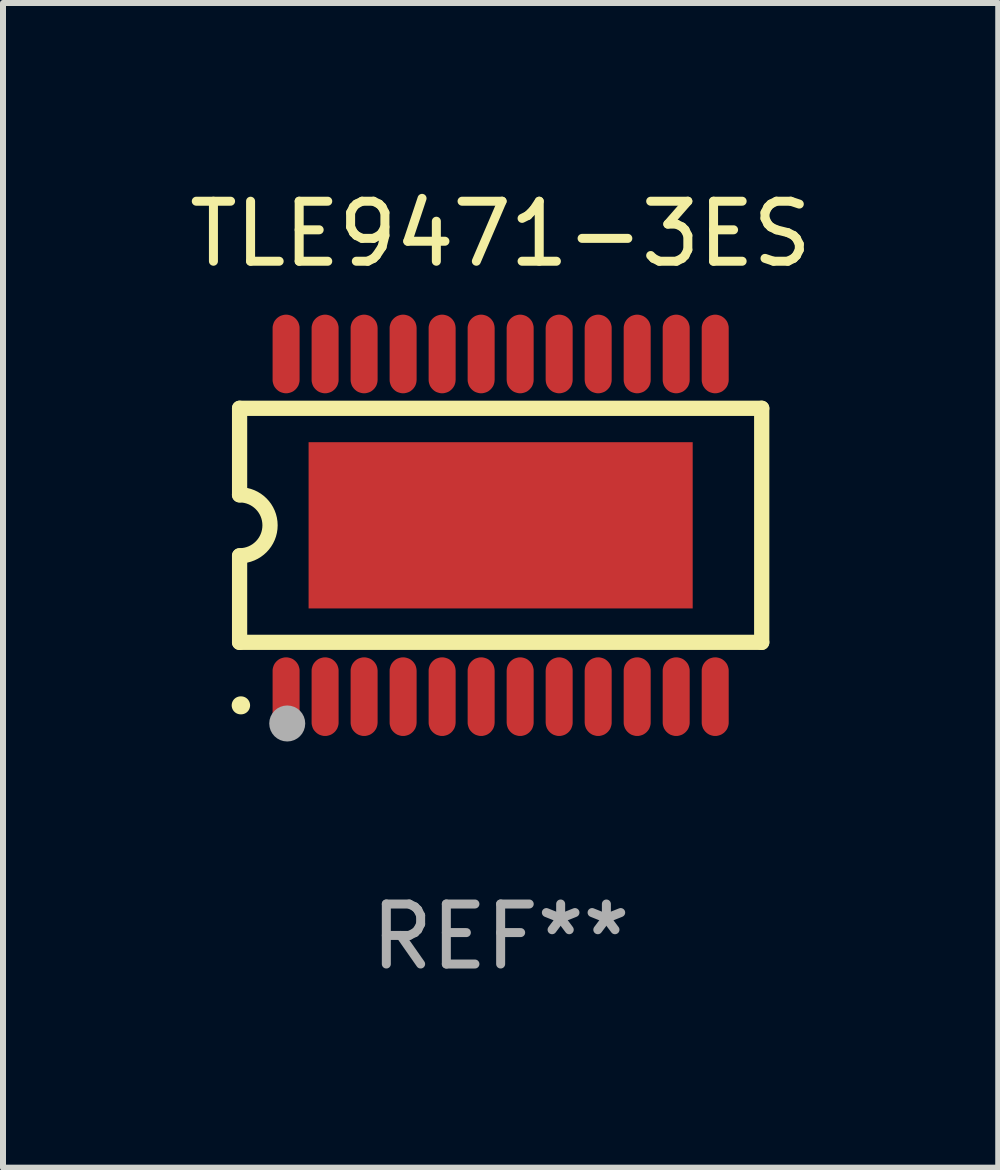
<source format=kicad_pcb>
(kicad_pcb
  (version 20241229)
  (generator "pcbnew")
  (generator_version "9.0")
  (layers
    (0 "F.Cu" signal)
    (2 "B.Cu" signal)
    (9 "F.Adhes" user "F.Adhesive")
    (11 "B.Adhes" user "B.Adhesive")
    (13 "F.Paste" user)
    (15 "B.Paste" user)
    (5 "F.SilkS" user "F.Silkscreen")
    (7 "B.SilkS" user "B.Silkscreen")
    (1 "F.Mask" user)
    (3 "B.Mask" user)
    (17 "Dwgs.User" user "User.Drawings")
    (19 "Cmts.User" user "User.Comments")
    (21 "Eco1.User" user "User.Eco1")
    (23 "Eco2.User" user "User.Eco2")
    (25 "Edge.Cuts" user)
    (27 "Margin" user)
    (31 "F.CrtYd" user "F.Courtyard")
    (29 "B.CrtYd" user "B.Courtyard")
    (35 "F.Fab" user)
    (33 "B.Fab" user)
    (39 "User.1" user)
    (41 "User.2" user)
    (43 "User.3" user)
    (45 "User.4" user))
  (footprint "TLE9471-3ES"
    (layer "F.Cu")
    (at 5.292 5.703)
    (property "Reference" "TLE9471-3ES" (at 0 -4.855 0) (layer "F.SilkS") (effects (font (size 1 1) (thickness 0.15))))
    (attr through_hole)
    (fp_line (start -4.35 -1.95) (end -4.35 -0.508) (stroke (width 0.254) (type solid)) (layer "F.SilkS"))
    (fp_line (start -4.35 -1.95) (end 4.35 -1.95) (stroke (width 0.254) (type solid)) (layer "F.SilkS"))
    (fp_line (start -4.35 1.95) (end -4.35 0.508) (stroke (width 0.254) (type solid)) (layer "F.SilkS"))
    (fp_line (start -4.35 1.95) (end 4.35 1.95) (stroke (width 0.254) (type solid)) (layer "F.SilkS"))
    (fp_line (start 4.35 -1.95) (end 4.35 1.95) (stroke (width 0.254) (type solid)) (layer "F.SilkS"))
    (fp_arc (start -4.351028 -0.508) (mid -3.843028 -0.000507) (end -4.350013 0.508001) (stroke (width 0.254001) (type solid)) (layer "F.SilkS"))
    (fp_arc (start -4.331656 2.999858) (mid -4.328332 2.999895) (end -4.325009 3.000005) (stroke (width 0.3) (type solid)) (layer "F.SilkS"))
    (fp_circle (center -4.325 3) (end -4.295 3) (stroke (width 0.06) (type solid)) (fill no) (layer "F.SilkS"))
    (fp_circle (center -3.556 3.302) (end -3.406 3.302) (stroke (width 0.3) (type solid)) (fill no) (layer "F.Fab"))
    (fp_text user "REF**" (at 0 6.855 0) (layer "F.Fab") (effects (font (size 1 1) (thickness 0.15))))
    (pad "1" smd custom (at -3.575 2.855 180) (size 0.45 1.31) (layers "F.Cu" "F.Mask" "F.Paste") (options (anchor circle)) (primitives (gr_poly (pts (xy -0.225 -0.43) (xy -0.224 -0.455) (xy -0.219 -0.48) (xy -0.212 -0.504) (xy -0.203 -0.528) (xy -0.19 -0.55) (xy -0.176 -0.57) (xy -0.159 -0.589) (xy -0.14 -0.606) (xy -0.12 -0.62) (xy -0.098 -0.633) (xy -0.074 -0.642) (xy -0.05 -0.649) (xy -0.025 -0.654) (xy 0.000051 -0.655) (xy 0.025 -0.654) (xy 0.05 -0.649) (xy 0.074 -0.642) (xy 0.098 -0.633) (xy 0.12 -0.62) (xy 0.14 -0.606) (xy 0.159 -0.589) (xy 0.176 -0.57) (xy 0.191 -0.55) (xy 0.203 -0.528) (xy 0.212 -0.504) (xy 0.219 -0.48) (xy 0.224 -0.455) (xy 0.225 -0.43) (xy 0.225 0.43) (xy 0.224 0.455) (xy 0.219 0.48) (xy 0.212 0.504) (xy 0.203 0.528) (xy 0.191 0.55) (xy 0.176 0.57) (xy 0.159 0.589) (xy 0.14 0.606) (xy 0.12 0.621) (xy 0.098 0.633) (xy 0.074 0.642) (xy 0.05 0.649) (xy 0.025 0.654) (xy 0.000051 0.655) (xy -0.025 0.654) (xy -0.05 0.649) (xy -0.074 0.642) (xy -0.098 0.633) (xy -0.12 0.621) (xy -0.14 0.606) (xy -0.159 0.589) (xy -0.176 0.57) (xy -0.19 0.55) (xy -0.203 0.528) (xy -0.212 0.504) (xy -0.219 0.48) (xy -0.224 0.455) (xy -0.225 0.43)) (width 0) (fill yes))))
    (pad "2" smd custom (at -2.925 2.855 180) (size 0.45 1.31) (layers "F.Cu" "F.Mask" "F.Paste") (options (anchor circle)) (primitives (gr_poly (pts (xy -0.225 -0.43) (xy -0.224 -0.455) (xy -0.219 -0.48) (xy -0.212 -0.504) (xy -0.203 -0.528) (xy -0.19 -0.55) (xy -0.176 -0.57) (xy -0.159 -0.589) (xy -0.14 -0.606) (xy -0.12 -0.62) (xy -0.098 -0.633) (xy -0.074 -0.642) (xy -0.05 -0.649) (xy -0.025 -0.654) (xy 0.000076 -0.655) (xy 0.025 -0.654) (xy 0.05 -0.649) (xy 0.074 -0.642) (xy 0.098 -0.633) (xy 0.12 -0.62) (xy 0.14 -0.606) (xy 0.159 -0.589) (xy 0.176 -0.57) (xy 0.191 -0.55) (xy 0.203 -0.528) (xy 0.212 -0.504) (xy 0.219 -0.48) (xy 0.224 -0.455) (xy 0.225 -0.43) (xy 0.225 0.43) (xy 0.224 0.455) (xy 0.219 0.48) (xy 0.212 0.504) (xy 0.203 0.528) (xy 0.191 0.55) (xy 0.176 0.57) (xy 0.159 0.589) (xy 0.14 0.606) (xy 0.12 0.621) (xy 0.098 0.633) (xy 0.074 0.642) (xy 0.05 0.649) (xy 0.025 0.654) (xy 0.000076 0.655) (xy -0.025 0.654) (xy -0.05 0.649) (xy -0.074 0.642) (xy -0.098 0.633) (xy -0.12 0.621) (xy -0.14 0.606) (xy -0.159 0.589) (xy -0.176 0.57) (xy -0.19 0.55) (xy -0.203 0.528) (xy -0.212 0.504) (xy -0.219 0.48) (xy -0.224 0.455) (xy -0.225 0.43)) (width 0) (fill yes))))
    (pad "3" smd custom (at -2.275 2.855 180) (size 0.45 1.31) (layers "F.Cu" "F.Mask" "F.Paste") (options (anchor circle)) (primitives (gr_poly (pts (xy -0.225 -0.43) (xy -0.223 -0.455) (xy -0.219 -0.48) (xy -0.212 -0.504) (xy -0.203 -0.528) (xy -0.19 -0.55) (xy -0.176 -0.57) (xy -0.159 -0.589) (xy -0.14 -0.606) (xy -0.12 -0.62) (xy -0.098 -0.633) (xy -0.074 -0.642) (xy -0.05 -0.649) (xy -0.025 -0.654) (xy 0.000076 -0.655) (xy 0.025 -0.654) (xy 0.05 -0.649) (xy 0.074 -0.642) (xy 0.098 -0.633) (xy 0.12 -0.62) (xy 0.14 -0.606) (xy 0.159 -0.589) (xy 0.176 -0.57) (xy 0.191 -0.55) (xy 0.203 -0.528) (xy 0.212 -0.504) (xy 0.219 -0.48) (xy 0.224 -0.455) (xy 0.225 -0.43) (xy 0.225 0.43) (xy 0.224 0.455) (xy 0.219 0.48) (xy 0.212 0.504) (xy 0.203 0.528) (xy 0.191 0.55) (xy 0.176 0.57) (xy 0.159 0.589) (xy 0.14 0.606) (xy 0.12 0.621) (xy 0.098 0.633) (xy 0.074 0.642) (xy 0.05 0.649) (xy 0.025 0.654) (xy 0.000076 0.655) (xy -0.025 0.654) (xy -0.05 0.649) (xy -0.074 0.642) (xy -0.098 0.633) (xy -0.12 0.621) (xy -0.14 0.606) (xy -0.159 0.589) (xy -0.176 0.57) (xy -0.19 0.55) (xy -0.203 0.528) (xy -0.212 0.504) (xy -0.219 0.48) (xy -0.223 0.455) (xy -0.225 0.43)) (width 0) (fill yes))))
    (pad "4" smd custom (at -1.625 2.855 180) (size 0.45 1.31) (layers "F.Cu" "F.Mask" "F.Paste") (options (anchor circle)) (primitives (gr_poly (pts (xy -0.225 -0.43) (xy -0.223 -0.455) (xy -0.219 -0.48) (xy -0.212 -0.504) (xy -0.203 -0.528) (xy -0.19 -0.55) (xy -0.176 -0.57) (xy -0.159 -0.589) (xy -0.14 -0.606) (xy -0.12 -0.62) (xy -0.098 -0.633) (xy -0.074 -0.642) (xy -0.05 -0.649) (xy -0.025 -0.654) (xy 0.000102 -0.655) (xy 0.025 -0.654) (xy 0.05 -0.649) (xy 0.074 -0.642) (xy 0.098 -0.633) (xy 0.12 -0.62) (xy 0.14 -0.606) (xy 0.159 -0.589) (xy 0.176 -0.57) (xy 0.191 -0.55) (xy 0.203 -0.528) (xy 0.212 -0.504) (xy 0.219 -0.48) (xy 0.224 -0.455) (xy 0.225 -0.43) (xy 0.225 0.43) (xy 0.224 0.455) (xy 0.219 0.48) (xy 0.212 0.504) (xy 0.203 0.528) (xy 0.191 0.55) (xy 0.176 0.57) (xy 0.159 0.589) (xy 0.14 0.606) (xy 0.12 0.621) (xy 0.098 0.633) (xy 0.074 0.642) (xy 0.05 0.649) (xy 0.025 0.654) (xy 0.000102 0.655) (xy -0.025 0.654) (xy -0.05 0.649) (xy -0.074 0.642) (xy -0.098 0.633) (xy -0.12 0.621) (xy -0.14 0.606) (xy -0.159 0.589) (xy -0.176 0.57) (xy -0.19 0.55) (xy -0.203 0.528) (xy -0.212 0.504) (xy -0.219 0.48) (xy -0.223 0.455) (xy -0.225 0.43)) (width 0) (fill yes))))
    (pad "5" smd custom (at -0.975 2.855 180) (size 0.45 1.31) (layers "F.Cu" "F.Mask" "F.Paste") (options (anchor circle)) (primitives (gr_poly (pts (xy -0.225 -0.43) (xy -0.223 -0.455) (xy -0.219 -0.48) (xy -0.212 -0.504) (xy -0.203 -0.528) (xy -0.19 -0.55) (xy -0.176 -0.57) (xy -0.159 -0.589) (xy -0.14 -0.606) (xy -0.12 -0.62) (xy -0.098 -0.633) (xy -0.074 -0.642) (xy -0.05 -0.649) (xy -0.025 -0.654) (xy 0.000102 -0.655) (xy 0.025 -0.654) (xy 0.05 -0.649) (xy 0.074 -0.642) (xy 0.098 -0.633) (xy 0.12 -0.62) (xy 0.14 -0.606) (xy 0.159 -0.589) (xy 0.176 -0.57) (xy 0.191 -0.55) (xy 0.203 -0.528) (xy 0.212 -0.504) (xy 0.219 -0.48) (xy 0.224 -0.455) (xy 0.225 -0.43) (xy 0.225 0.43) (xy 0.224 0.455) (xy 0.219 0.48) (xy 0.212 0.504) (xy 0.203 0.528) (xy 0.191 0.55) (xy 0.176 0.57) (xy 0.159 0.589) (xy 0.14 0.606) (xy 0.12 0.621) (xy 0.098 0.633) (xy 0.074 0.642) (xy 0.05 0.649) (xy 0.025 0.654) (xy 0.000102 0.655) (xy -0.025 0.654) (xy -0.05 0.649) (xy -0.074 0.642) (xy -0.098 0.633) (xy -0.12 0.621) (xy -0.14 0.606) (xy -0.159 0.589) (xy -0.176 0.57) (xy -0.19 0.55) (xy -0.203 0.528) (xy -0.212 0.504) (xy -0.219 0.48) (xy -0.223 0.455) (xy -0.225 0.43)) (width 0) (fill yes))))
    (pad "6" smd custom (at -0.325 2.855 180) (size 0.45 1.31) (layers "F.Cu" "F.Mask" "F.Paste") (options (anchor circle)) (primitives (gr_poly (pts (xy -0.225 -0.43) (xy -0.223 -0.455) (xy -0.219 -0.48) (xy -0.212 -0.504) (xy -0.203 -0.528) (xy -0.19 -0.55) (xy -0.176 -0.57) (xy -0.159 -0.589) (xy -0.14 -0.606) (xy -0.12 -0.62) (xy -0.098 -0.633) (xy -0.074 -0.642) (xy -0.05 -0.649) (xy -0.025 -0.654) (xy 0.000127 -0.655) (xy 0.025 -0.654) (xy 0.05 -0.649) (xy 0.074 -0.642) (xy 0.098 -0.633) (xy 0.12 -0.62) (xy 0.14 -0.606) (xy 0.159 -0.589) (xy 0.176 -0.57) (xy 0.191 -0.55) (xy 0.203 -0.528) (xy 0.212 -0.504) (xy 0.219 -0.48) (xy 0.224 -0.455) (xy 0.225 -0.43) (xy 0.225 0.43) (xy 0.224 0.455) (xy 0.219 0.48) (xy 0.212 0.504) (xy 0.203 0.528) (xy 0.191 0.55) (xy 0.176 0.57) (xy 0.159 0.589) (xy 0.14 0.606) (xy 0.12 0.621) (xy 0.098 0.633) (xy 0.074 0.642) (xy 0.05 0.649) (xy 0.025 0.654) (xy 0.000127 0.655) (xy -0.025 0.654) (xy -0.05 0.649) (xy -0.074 0.642) (xy -0.098 0.633) (xy -0.12 0.621) (xy -0.14 0.606) (xy -0.159 0.589) (xy -0.176 0.57) (xy -0.19 0.55) (xy -0.203 0.528) (xy -0.212 0.504) (xy -0.219 0.48) (xy -0.223 0.455) (xy -0.225 0.43)) (width 0) (fill yes))))
    (pad "7" smd custom (at 0.325 2.855 180) (size 0.45 1.31) (layers "F.Cu" "F.Mask" "F.Paste") (options (anchor circle)) (primitives (gr_poly (pts (xy -0.225 -0.43) (xy -0.224 -0.455) (xy -0.219 -0.48) (xy -0.212 -0.504) (xy -0.203 -0.528) (xy -0.191 -0.55) (xy -0.176 -0.57) (xy -0.159 -0.589) (xy -0.14 -0.606) (xy -0.12 -0.62) (xy -0.098 -0.633) (xy -0.074 -0.642) (xy -0.05 -0.649) (xy -0.025 -0.654) (xy -0.000127 -0.655) (xy 0.025 -0.654) (xy 0.05 -0.649) (xy 0.074 -0.642) (xy 0.098 -0.633) (xy 0.12 -0.62) (xy 0.14 -0.606) (xy 0.159 -0.589) (xy 0.176 -0.57) (xy 0.19 -0.55) (xy 0.203 -0.528) (xy 0.212 -0.504) (xy 0.219 -0.48) (xy 0.223 -0.455) (xy 0.225 -0.43) (xy 0.225 0.43) (xy 0.223 0.455) (xy 0.219 0.48) (xy 0.212 0.504) (xy 0.203 0.528) (xy 0.19 0.55) (xy 0.176 0.57) (xy 0.159 0.589) (xy 0.14 0.606) (xy 0.12 0.621) (xy 0.098 0.633) (xy 0.074 0.642) (xy 0.05 0.649) (xy 0.025 0.654) (xy -0.000127 0.655) (xy -0.025 0.654) (xy -0.05 0.649) (xy -0.074 0.642) (xy -0.098 0.633) (xy -0.12 0.621) (xy -0.14 0.606) (xy -0.159 0.589) (xy -0.176 0.57) (xy -0.191 0.55) (xy -0.203 0.528) (xy -0.212 0.504) (xy -0.219 0.48) (xy -0.224 0.455) (xy -0.225 0.43)) (width 0) (fill yes))))
    (pad "8" smd custom (at 0.975 2.855 180) (size 0.45 1.31) (layers "F.Cu" "F.Mask" "F.Paste") (options (anchor circle)) (primitives (gr_poly (pts (xy -0.225 -0.43) (xy -0.224 -0.455) (xy -0.219 -0.48) (xy -0.212 -0.504) (xy -0.203 -0.528) (xy -0.191 -0.55) (xy -0.176 -0.57) (xy -0.159 -0.589) (xy -0.14 -0.606) (xy -0.12 -0.62) (xy -0.098 -0.633) (xy -0.074 -0.642) (xy -0.05 -0.649) (xy -0.025 -0.654) (xy -0.000102 -0.655) (xy 0.025 -0.654) (xy 0.05 -0.649) (xy 0.074 -0.642) (xy 0.098 -0.633) (xy 0.12 -0.62) (xy 0.14 -0.606) (xy 0.159 -0.589) (xy 0.176 -0.57) (xy 0.19 -0.55) (xy 0.203 -0.528) (xy 0.212 -0.504) (xy 0.219 -0.48) (xy 0.223 -0.455) (xy 0.225 -0.43) (xy 0.225 0.43) (xy 0.223 0.455) (xy 0.219 0.48) (xy 0.212 0.504) (xy 0.203 0.528) (xy 0.19 0.55) (xy 0.176 0.57) (xy 0.159 0.589) (xy 0.14 0.606) (xy 0.12 0.621) (xy 0.098 0.633) (xy 0.074 0.642) (xy 0.05 0.649) (xy 0.025 0.654) (xy -0.000102 0.655) (xy -0.025 0.654) (xy -0.05 0.649) (xy -0.074 0.642) (xy -0.098 0.633) (xy -0.12 0.621) (xy -0.14 0.606) (xy -0.159 0.589) (xy -0.176 0.57) (xy -0.191 0.55) (xy -0.203 0.528) (xy -0.212 0.504) (xy -0.219 0.48) (xy -0.224 0.455) (xy -0.225 0.43)) (width 0) (fill yes))))
    (pad "9" smd custom (at 1.625 2.855 180) (size 0.45 1.31) (layers "F.Cu" "F.Mask" "F.Paste") (options (anchor circle)) (primitives (gr_poly (pts (xy -0.225 -0.43) (xy -0.224 -0.455) (xy -0.219 -0.48) (xy -0.212 -0.504) (xy -0.203 -0.528) (xy -0.191 -0.55) (xy -0.176 -0.57) (xy -0.159 -0.589) (xy -0.14 -0.606) (xy -0.12 -0.62) (xy -0.098 -0.633) (xy -0.074 -0.642) (xy -0.05 -0.649) (xy -0.025 -0.654) (xy -0.000102 -0.655) (xy 0.025 -0.654) (xy 0.05 -0.649) (xy 0.074 -0.642) (xy 0.098 -0.633) (xy 0.12 -0.62) (xy 0.14 -0.606) (xy 0.159 -0.589) (xy 0.176 -0.57) (xy 0.19 -0.55) (xy 0.203 -0.528) (xy 0.212 -0.504) (xy 0.219 -0.48) (xy 0.223 -0.455) (xy 0.225 -0.43) (xy 0.225 0.43) (xy 0.223 0.455) (xy 0.219 0.48) (xy 0.212 0.504) (xy 0.203 0.528) (xy 0.19 0.55) (xy 0.176 0.57) (xy 0.159 0.589) (xy 0.14 0.606) (xy 0.12 0.621) (xy 0.098 0.633) (xy 0.074 0.642) (xy 0.05 0.649) (xy 0.025 0.654) (xy -0.000102 0.655) (xy -0.025 0.654) (xy -0.05 0.649) (xy -0.074 0.642) (xy -0.098 0.633) (xy -0.12 0.621) (xy -0.14 0.606) (xy -0.159 0.589) (xy -0.176 0.57) (xy -0.191 0.55) (xy -0.203 0.528) (xy -0.212 0.504) (xy -0.219 0.48) (xy -0.224 0.455) (xy -0.225 0.43)) (width 0) (fill yes))))
    (pad "10" smd custom (at 2.275 2.855 180) (size 0.45 1.31) (layers "F.Cu" "F.Mask" "F.Paste") (options (anchor circle)) (primitives (gr_poly (pts (xy -0.225 -0.43) (xy -0.224 -0.455) (xy -0.219 -0.48) (xy -0.212 -0.504) (xy -0.203 -0.528) (xy -0.191 -0.55) (xy -0.176 -0.57) (xy -0.159 -0.589) (xy -0.14 -0.606) (xy -0.12 -0.62) (xy -0.098 -0.633) (xy -0.074 -0.642) (xy -0.05 -0.649) (xy -0.025 -0.654) (xy -0.000076 -0.655) (xy 0.025 -0.654) (xy 0.05 -0.649) (xy 0.074 -0.642) (xy 0.098 -0.633) (xy 0.12 -0.62) (xy 0.14 -0.606) (xy 0.159 -0.589) (xy 0.176 -0.57) (xy 0.19 -0.55) (xy 0.203 -0.528) (xy 0.212 -0.504) (xy 0.219 -0.48) (xy 0.224 -0.455) (xy 0.225 -0.43) (xy 0.225 0.43) (xy 0.224 0.455) (xy 0.219 0.48) (xy 0.212 0.504) (xy 0.203 0.528) (xy 0.19 0.55) (xy 0.176 0.57) (xy 0.159 0.589) (xy 0.14 0.606) (xy 0.12 0.621) (xy 0.098 0.633) (xy 0.074 0.642) (xy 0.05 0.649) (xy 0.025 0.654) (xy -0.000076 0.655) (xy -0.025 0.654) (xy -0.05 0.649) (xy -0.074 0.642) (xy -0.098 0.633) (xy -0.12 0.621) (xy -0.14 0.606) (xy -0.159 0.589) (xy -0.176 0.57) (xy -0.191 0.55) (xy -0.203 0.528) (xy -0.212 0.504) (xy -0.219 0.48) (xy -0.224 0.455) (xy -0.225 0.43)) (width 0) (fill yes))))
    (pad "11" smd custom (at 2.925 2.855 180) (size 0.45 1.31) (layers "F.Cu" "F.Mask" "F.Paste") (options (anchor circle)) (primitives (gr_poly (pts (xy -0.225 -0.43) (xy -0.224 -0.455) (xy -0.219 -0.48) (xy -0.212 -0.504) (xy -0.203 -0.528) (xy -0.191 -0.55) (xy -0.176 -0.57) (xy -0.159 -0.589) (xy -0.14 -0.606) (xy -0.12 -0.62) (xy -0.098 -0.633) (xy -0.074 -0.642) (xy -0.05 -0.649) (xy -0.025 -0.654) (xy -0.000051 -0.655) (xy 0.025 -0.654) (xy 0.05 -0.649) (xy 0.074 -0.642) (xy 0.098 -0.633) (xy 0.12 -0.62) (xy 0.14 -0.606) (xy 0.159 -0.589) (xy 0.176 -0.57) (xy 0.19 -0.55) (xy 0.203 -0.528) (xy 0.212 -0.504) (xy 0.219 -0.48) (xy 0.224 -0.455) (xy 0.225 -0.43) (xy 0.225 0.43) (xy 0.224 0.455) (xy 0.219 0.48) (xy 0.212 0.504) (xy 0.203 0.528) (xy 0.19 0.55) (xy 0.176 0.57) (xy 0.159 0.589) (xy 0.14 0.606) (xy 0.12 0.621) (xy 0.098 0.633) (xy 0.074 0.642) (xy 0.05 0.649) (xy 0.025 0.654) (xy -0.000051 0.655) (xy -0.025 0.654) (xy -0.05 0.649) (xy -0.074 0.642) (xy -0.098 0.633) (xy -0.12 0.621) (xy -0.14 0.606) (xy -0.159 0.589) (xy -0.176 0.57) (xy -0.191 0.55) (xy -0.203 0.528) (xy -0.212 0.504) (xy -0.219 0.48) (xy -0.224 0.455) (xy -0.225 0.43)) (width 0) (fill yes))))
    (pad "12" smd custom (at 3.575 2.855 180) (size 0.45 1.31) (layers "F.Cu" "F.Mask" "F.Paste") (options (anchor circle)) (primitives (gr_poly (pts (xy -0.225 -0.43) (xy -0.224 -0.455) (xy -0.219 -0.48) (xy -0.212 -0.504) (xy -0.203 -0.528) (xy -0.191 -0.55) (xy -0.176 -0.57) (xy -0.159 -0.589) (xy -0.14 -0.606) (xy -0.12 -0.62) (xy -0.098 -0.633) (xy -0.074 -0.642) (xy -0.05 -0.649) (xy -0.025 -0.654) (xy -0.000051 -0.655) (xy 0.025 -0.654) (xy 0.05 -0.649) (xy 0.074 -0.642) (xy 0.098 -0.633) (xy 0.12 -0.62) (xy 0.14 -0.606) (xy 0.159 -0.589) (xy 0.176 -0.57) (xy 0.19 -0.55) (xy 0.203 -0.528) (xy 0.212 -0.504) (xy 0.219 -0.48) (xy 0.224 -0.455) (xy 0.225 -0.43) (xy 0.225 0.43) (xy 0.224 0.455) (xy 0.219 0.48) (xy 0.212 0.504) (xy 0.203 0.528) (xy 0.19 0.55) (xy 0.176 0.57) (xy 0.159 0.589) (xy 0.14 0.606) (xy 0.12 0.621) (xy 0.098 0.633) (xy 0.074 0.642) (xy 0.05 0.649) (xy 0.025 0.654) (xy -0.000051 0.655) (xy -0.025 0.654) (xy -0.05 0.649) (xy -0.074 0.642) (xy -0.098 0.633) (xy -0.12 0.621) (xy -0.14 0.606) (xy -0.159 0.589) (xy -0.176 0.57) (xy -0.191 0.55) (xy -0.203 0.528) (xy -0.212 0.504) (xy -0.219 0.48) (xy -0.224 0.455) (xy -0.225 0.43)) (width 0) (fill yes))))
    (pad "13" smd custom (at 3.575 -2.855 180) (size 0.45 1.31) (layers "F.Cu" "F.Mask" "F.Paste") (options (anchor circle)) (primitives (gr_poly (pts (xy -0.225 -0.43) (xy -0.224 -0.455) (xy -0.219 -0.48) (xy -0.212 -0.504) (xy -0.203 -0.528) (xy -0.191 -0.55) (xy -0.176 -0.57) (xy -0.159 -0.589) (xy -0.14 -0.606) (xy -0.12 -0.621) (xy -0.098 -0.633) (xy -0.074 -0.642) (xy -0.05 -0.649) (xy -0.025 -0.654) (xy -0.000051 -0.655) (xy 0.025 -0.654) (xy 0.05 -0.649) (xy 0.074 -0.642) (xy 0.098 -0.633) (xy 0.12 -0.621) (xy 0.14 -0.606) (xy 0.159 -0.589) (xy 0.176 -0.57) (xy 0.19 -0.55) (xy 0.203 -0.528) (xy 0.212 -0.504) (xy 0.219 -0.48) (xy 0.224 -0.455) (xy 0.225 -0.43) (xy 0.225 0.43) (xy 0.224 0.455) (xy 0.219 0.48) (xy 0.212 0.504) (xy 0.203 0.528) (xy 0.19 0.55) (xy 0.176 0.57) (xy 0.159 0.589) (xy 0.14 0.606) (xy 0.12 0.62) (xy 0.098 0.633) (xy 0.074 0.642) (xy 0.05 0.649) (xy 0.025 0.654) (xy -0.000051 0.655) (xy -0.025 0.654) (xy -0.05 0.649) (xy -0.074 0.642) (xy -0.098 0.633) (xy -0.12 0.62) (xy -0.14 0.606) (xy -0.159 0.589) (xy -0.176 0.57) (xy -0.191 0.55) (xy -0.203 0.528) (xy -0.212 0.504) (xy -0.219 0.48) (xy -0.224 0.455) (xy -0.225 0.43)) (width 0) (fill yes))))
    (pad "14" smd custom (at 2.925 -2.855 180) (size 0.45 1.31) (layers "F.Cu" "F.Mask" "F.Paste") (options (anchor circle)) (primitives (gr_poly (pts (xy -0.225 -0.43) (xy -0.224 -0.455) (xy -0.219 -0.48) (xy -0.212 -0.504) (xy -0.203 -0.528) (xy -0.191 -0.55) (xy -0.176 -0.57) (xy -0.159 -0.589) (xy -0.14 -0.606) (xy -0.12 -0.621) (xy -0.098 -0.633) (xy -0.074 -0.642) (xy -0.05 -0.649) (xy -0.025 -0.654) (xy -0.000051 -0.655) (xy 0.025 -0.654) (xy 0.05 -0.649) (xy 0.074 -0.642) (xy 0.098 -0.633) (xy 0.12 -0.621) (xy 0.14 -0.606) (xy 0.159 -0.589) (xy 0.176 -0.57) (xy 0.19 -0.55) (xy 0.203 -0.528) (xy 0.212 -0.504) (xy 0.219 -0.48) (xy 0.224 -0.455) (xy 0.225 -0.43) (xy 0.225 0.43) (xy 0.224 0.455) (xy 0.219 0.48) (xy 0.212 0.504) (xy 0.203 0.528) (xy 0.19 0.55) (xy 0.176 0.57) (xy 0.159 0.589) (xy 0.14 0.606) (xy 0.12 0.62) (xy 0.098 0.633) (xy 0.074 0.642) (xy 0.05 0.649) (xy 0.025 0.654) (xy -0.000051 0.655) (xy -0.025 0.654) (xy -0.05 0.649) (xy -0.074 0.642) (xy -0.098 0.633) (xy -0.12 0.62) (xy -0.14 0.606) (xy -0.159 0.589) (xy -0.176 0.57) (xy -0.191 0.55) (xy -0.203 0.528) (xy -0.212 0.504) (xy -0.219 0.48) (xy -0.224 0.455) (xy -0.225 0.43)) (width 0) (fill yes))))
    (pad "15" smd custom (at 2.275 -2.855 180) (size 0.45 1.31) (layers "F.Cu" "F.Mask" "F.Paste") (options (anchor circle)) (primitives (gr_poly (pts (xy -0.225 -0.43) (xy -0.224 -0.455) (xy -0.219 -0.48) (xy -0.212 -0.504) (xy -0.203 -0.528) (xy -0.191 -0.55) (xy -0.176 -0.57) (xy -0.159 -0.589) (xy -0.14 -0.606) (xy -0.12 -0.621) (xy -0.098 -0.633) (xy -0.074 -0.642) (xy -0.05 -0.649) (xy -0.025 -0.654) (xy -0.000076 -0.655) (xy 0.025 -0.654) (xy 0.05 -0.649) (xy 0.074 -0.642) (xy 0.098 -0.633) (xy 0.12 -0.621) (xy 0.14 -0.606) (xy 0.159 -0.589) (xy 0.176 -0.57) (xy 0.19 -0.55) (xy 0.203 -0.528) (xy 0.212 -0.504) (xy 0.219 -0.48) (xy 0.224 -0.455) (xy 0.225 -0.43) (xy 0.225 0.43) (xy 0.224 0.455) (xy 0.219 0.48) (xy 0.212 0.504) (xy 0.203 0.528) (xy 0.19 0.55) (xy 0.176 0.57) (xy 0.159 0.589) (xy 0.14 0.606) (xy 0.12 0.62) (xy 0.098 0.633) (xy 0.074 0.642) (xy 0.05 0.649) (xy 0.025 0.654) (xy -0.000076 0.655) (xy -0.025 0.654) (xy -0.05 0.649) (xy -0.074 0.642) (xy -0.098 0.633) (xy -0.12 0.62) (xy -0.14 0.606) (xy -0.159 0.589) (xy -0.176 0.57) (xy -0.191 0.55) (xy -0.203 0.528) (xy -0.212 0.504) (xy -0.219 0.48) (xy -0.224 0.455) (xy -0.225 0.43)) (width 0) (fill yes))))
    (pad "16" smd custom (at 1.625 -2.855 180) (size 0.45 1.31) (layers "F.Cu" "F.Mask" "F.Paste") (options (anchor circle)) (primitives (gr_poly (pts (xy -0.225 -0.43) (xy -0.224 -0.455) (xy -0.219 -0.48) (xy -0.212 -0.504) (xy -0.203 -0.528) (xy -0.191 -0.55) (xy -0.176 -0.57) (xy -0.159 -0.589) (xy -0.14 -0.606) (xy -0.12 -0.621) (xy -0.098 -0.633) (xy -0.074 -0.642) (xy -0.05 -0.649) (xy -0.025 -0.654) (xy -0.000102 -0.655) (xy 0.025 -0.654) (xy 0.05 -0.649) (xy 0.074 -0.642) (xy 0.098 -0.633) (xy 0.12 -0.621) (xy 0.14 -0.606) (xy 0.159 -0.589) (xy 0.176 -0.57) (xy 0.19 -0.55) (xy 0.203 -0.528) (xy 0.212 -0.504) (xy 0.219 -0.48) (xy 0.223 -0.455) (xy 0.225 -0.43) (xy 0.225 0.43) (xy 0.223 0.455) (xy 0.219 0.48) (xy 0.212 0.504) (xy 0.203 0.528) (xy 0.19 0.55) (xy 0.176 0.57) (xy 0.159 0.589) (xy 0.14 0.606) (xy 0.12 0.62) (xy 0.098 0.633) (xy 0.074 0.642) (xy 0.05 0.649) (xy 0.025 0.654) (xy -0.000102 0.655) (xy -0.025 0.654) (xy -0.05 0.649) (xy -0.074 0.642) (xy -0.098 0.633) (xy -0.12 0.62) (xy -0.14 0.606) (xy -0.159 0.589) (xy -0.176 0.57) (xy -0.191 0.55) (xy -0.203 0.528) (xy -0.212 0.504) (xy -0.219 0.48) (xy -0.224 0.455) (xy -0.225 0.43)) (width 0) (fill yes))))
    (pad "17" smd custom (at 0.975 -2.855 180) (size 0.45 1.31) (layers "F.Cu" "F.Mask" "F.Paste") (options (anchor circle)) (primitives (gr_poly (pts (xy -0.225 -0.43) (xy -0.224 -0.455) (xy -0.219 -0.48) (xy -0.212 -0.504) (xy -0.203 -0.528) (xy -0.191 -0.55) (xy -0.176 -0.57) (xy -0.159 -0.589) (xy -0.14 -0.606) (xy -0.12 -0.621) (xy -0.098 -0.633) (xy -0.074 -0.642) (xy -0.05 -0.649) (xy -0.025 -0.654) (xy -0.000102 -0.655) (xy 0.025 -0.654) (xy 0.05 -0.649) (xy 0.074 -0.642) (xy 0.098 -0.633) (xy 0.12 -0.621) (xy 0.14 -0.606) (xy 0.159 -0.589) (xy 0.176 -0.57) (xy 0.19 -0.55) (xy 0.203 -0.528) (xy 0.212 -0.504) (xy 0.219 -0.48) (xy 0.223 -0.455) (xy 0.225 -0.43) (xy 0.225 0.43) (xy 0.223 0.455) (xy 0.219 0.48) (xy 0.212 0.504) (xy 0.203 0.528) (xy 0.19 0.55) (xy 0.176 0.57) (xy 0.159 0.589) (xy 0.14 0.606) (xy 0.12 0.62) (xy 0.098 0.633) (xy 0.074 0.642) (xy 0.05 0.649) (xy 0.025 0.654) (xy -0.000102 0.655) (xy -0.025 0.654) (xy -0.05 0.649) (xy -0.074 0.642) (xy -0.098 0.633) (xy -0.12 0.62) (xy -0.14 0.606) (xy -0.159 0.589) (xy -0.176 0.57) (xy -0.191 0.55) (xy -0.203 0.528) (xy -0.212 0.504) (xy -0.219 0.48) (xy -0.224 0.455) (xy -0.225 0.43)) (width 0) (fill yes))))
    (pad "18" smd custom (at 0.325 -2.855 180) (size 0.45 1.31) (layers "F.Cu" "F.Mask" "F.Paste") (options (anchor circle)) (primitives (gr_poly (pts (xy -0.225 -0.43) (xy -0.224 -0.455) (xy -0.219 -0.48) (xy -0.212 -0.504) (xy -0.203 -0.528) (xy -0.191 -0.55) (xy -0.176 -0.57) (xy -0.159 -0.589) (xy -0.14 -0.606) (xy -0.12 -0.621) (xy -0.098 -0.633) (xy -0.074 -0.642) (xy -0.05 -0.649) (xy -0.025 -0.654) (xy -0.000127 -0.655) (xy 0.025 -0.654) (xy 0.05 -0.649) (xy 0.074 -0.642) (xy 0.098 -0.633) (xy 0.12 -0.621) (xy 0.14 -0.606) (xy 0.159 -0.589) (xy 0.176 -0.57) (xy 0.19 -0.55) (xy 0.203 -0.528) (xy 0.212 -0.504) (xy 0.219 -0.48) (xy 0.223 -0.455) (xy 0.225 -0.43) (xy 0.225 0.43) (xy 0.223 0.455) (xy 0.219 0.48) (xy 0.212 0.504) (xy 0.203 0.528) (xy 0.19 0.55) (xy 0.176 0.57) (xy 0.159 0.589) (xy 0.14 0.606) (xy 0.12 0.62) (xy 0.098 0.633) (xy 0.074 0.642) (xy 0.05 0.649) (xy 0.025 0.654) (xy -0.000127 0.655) (xy -0.025 0.654) (xy -0.05 0.649) (xy -0.074 0.642) (xy -0.098 0.633) (xy -0.12 0.62) (xy -0.14 0.606) (xy -0.159 0.589) (xy -0.176 0.57) (xy -0.191 0.55) (xy -0.203 0.528) (xy -0.212 0.504) (xy -0.219 0.48) (xy -0.224 0.455) (xy -0.225 0.43)) (width 0) (fill yes))))
    (pad "19" smd custom (at -0.325 -2.855 180) (size 0.45 1.31) (layers "F.Cu" "F.Mask" "F.Paste") (options (anchor circle)) (primitives (gr_poly (pts (xy -0.225 -0.43) (xy -0.223 -0.455) (xy -0.219 -0.48) (xy -0.212 -0.504) (xy -0.203 -0.528) (xy -0.19 -0.55) (xy -0.176 -0.57) (xy -0.159 -0.589) (xy -0.14 -0.606) (xy -0.12 -0.621) (xy -0.098 -0.633) (xy -0.074 -0.642) (xy -0.05 -0.649) (xy -0.025 -0.654) (xy 0.000127 -0.655) (xy 0.025 -0.654) (xy 0.05 -0.649) (xy 0.074 -0.642) (xy 0.098 -0.633) (xy 0.12 -0.621) (xy 0.14 -0.606) (xy 0.159 -0.589) (xy 0.176 -0.57) (xy 0.191 -0.55) (xy 0.203 -0.528) (xy 0.212 -0.504) (xy 0.219 -0.48) (xy 0.224 -0.455) (xy 0.225 -0.43) (xy 0.225 0.43) (xy 0.224 0.455) (xy 0.219 0.48) (xy 0.212 0.504) (xy 0.203 0.528) (xy 0.191 0.55) (xy 0.176 0.57) (xy 0.159 0.589) (xy 0.14 0.606) (xy 0.12 0.62) (xy 0.098 0.633) (xy 0.074 0.642) (xy 0.05 0.649) (xy 0.025 0.654) (xy 0.000127 0.655) (xy -0.025 0.654) (xy -0.05 0.649) (xy -0.074 0.642) (xy -0.098 0.633) (xy -0.12 0.62) (xy -0.14 0.606) (xy -0.159 0.589) (xy -0.176 0.57) (xy -0.19 0.55) (xy -0.203 0.528) (xy -0.212 0.504) (xy -0.219 0.48) (xy -0.223 0.455) (xy -0.225 0.43)) (width 0) (fill yes))))
    (pad "20" smd custom (at -0.975 -2.855 180) (size 0.45 1.31) (layers "F.Cu" "F.Mask" "F.Paste") (options (anchor circle)) (primitives (gr_poly (pts (xy -0.225 -0.43) (xy -0.223 -0.455) (xy -0.219 -0.48) (xy -0.212 -0.504) (xy -0.203 -0.528) (xy -0.19 -0.55) (xy -0.176 -0.57) (xy -0.159 -0.589) (xy -0.14 -0.606) (xy -0.12 -0.621) (xy -0.098 -0.633) (xy -0.074 -0.642) (xy -0.05 -0.649) (xy -0.025 -0.654) (xy 0.000102 -0.655) (xy 0.025 -0.654) (xy 0.05 -0.649) (xy 0.074 -0.642) (xy 0.098 -0.633) (xy 0.12 -0.621) (xy 0.14 -0.606) (xy 0.159 -0.589) (xy 0.176 -0.57) (xy 0.191 -0.55) (xy 0.203 -0.528) (xy 0.212 -0.504) (xy 0.219 -0.48) (xy 0.224 -0.455) (xy 0.225 -0.43) (xy 0.225 0.43) (xy 0.224 0.455) (xy 0.219 0.48) (xy 0.212 0.504) (xy 0.203 0.528) (xy 0.191 0.55) (xy 0.176 0.57) (xy 0.159 0.589) (xy 0.14 0.606) (xy 0.12 0.62) (xy 0.098 0.633) (xy 0.074 0.642) (xy 0.05 0.649) (xy 0.025 0.654) (xy 0.000102 0.655) (xy -0.025 0.654) (xy -0.05 0.649) (xy -0.074 0.642) (xy -0.098 0.633) (xy -0.12 0.62) (xy -0.14 0.606) (xy -0.159 0.589) (xy -0.176 0.57) (xy -0.19 0.55) (xy -0.203 0.528) (xy -0.212 0.504) (xy -0.219 0.48) (xy -0.223 0.455) (xy -0.225 0.43)) (width 0) (fill yes))))
    (pad "21" smd custom (at -1.625 -2.855 180) (size 0.45 1.31) (layers "F.Cu" "F.Mask" "F.Paste") (options (anchor circle)) (primitives (gr_poly (pts (xy -0.225 -0.43) (xy -0.223 -0.455) (xy -0.219 -0.48) (xy -0.212 -0.504) (xy -0.203 -0.528) (xy -0.19 -0.55) (xy -0.176 -0.57) (xy -0.159 -0.589) (xy -0.14 -0.606) (xy -0.12 -0.621) (xy -0.098 -0.633) (xy -0.074 -0.642) (xy -0.05 -0.649) (xy -0.025 -0.654) (xy 0.000102 -0.655) (xy 0.025 -0.654) (xy 0.05 -0.649) (xy 0.074 -0.642) (xy 0.098 -0.633) (xy 0.12 -0.621) (xy 0.14 -0.606) (xy 0.159 -0.589) (xy 0.176 -0.57) (xy 0.191 -0.55) (xy 0.203 -0.528) (xy 0.212 -0.504) (xy 0.219 -0.48) (xy 0.224 -0.455) (xy 0.225 -0.43) (xy 0.225 0.43) (xy 0.224 0.455) (xy 0.219 0.48) (xy 0.212 0.504) (xy 0.203 0.528) (xy 0.191 0.55) (xy 0.176 0.57) (xy 0.159 0.589) (xy 0.14 0.606) (xy 0.12 0.62) (xy 0.098 0.633) (xy 0.074 0.642) (xy 0.05 0.649) (xy 0.025 0.654) (xy 0.000102 0.655) (xy -0.025 0.654) (xy -0.05 0.649) (xy -0.074 0.642) (xy -0.098 0.633) (xy -0.12 0.62) (xy -0.14 0.606) (xy -0.159 0.589) (xy -0.176 0.57) (xy -0.19 0.55) (xy -0.203 0.528) (xy -0.212 0.504) (xy -0.219 0.48) (xy -0.223 0.455) (xy -0.225 0.43)) (width 0) (fill yes))))
    (pad "22" smd custom (at -2.275 -2.855 180) (size 0.45 1.31) (layers "F.Cu" "F.Mask" "F.Paste") (options (anchor circle)) (primitives (gr_poly (pts (xy -0.225 -0.43) (xy -0.223 -0.455) (xy -0.219 -0.48) (xy -0.212 -0.504) (xy -0.203 -0.528) (xy -0.19 -0.55) (xy -0.176 -0.57) (xy -0.159 -0.589) (xy -0.14 -0.606) (xy -0.12 -0.621) (xy -0.098 -0.633) (xy -0.074 -0.642) (xy -0.05 -0.649) (xy -0.025 -0.654) (xy 0.000076 -0.655) (xy 0.025 -0.654) (xy 0.05 -0.649) (xy 0.074 -0.642) (xy 0.098 -0.633) (xy 0.12 -0.621) (xy 0.14 -0.606) (xy 0.159 -0.589) (xy 0.176 -0.57) (xy 0.191 -0.55) (xy 0.203 -0.528) (xy 0.212 -0.504) (xy 0.219 -0.48) (xy 0.224 -0.455) (xy 0.225 -0.43) (xy 0.225 0.43) (xy 0.224 0.455) (xy 0.219 0.48) (xy 0.212 0.504) (xy 0.203 0.528) (xy 0.191 0.55) (xy 0.176 0.57) (xy 0.159 0.589) (xy 0.14 0.606) (xy 0.12 0.62) (xy 0.098 0.633) (xy 0.074 0.642) (xy 0.05 0.649) (xy 0.025 0.654) (xy 0.000076 0.655) (xy -0.025 0.654) (xy -0.05 0.649) (xy -0.074 0.642) (xy -0.098 0.633) (xy -0.12 0.62) (xy -0.14 0.606) (xy -0.159 0.589) (xy -0.176 0.57) (xy -0.19 0.55) (xy -0.203 0.528) (xy -0.212 0.504) (xy -0.219 0.48) (xy -0.223 0.455) (xy -0.225 0.43)) (width 0) (fill yes))))
    (pad "23" smd custom (at -2.925 -2.855 180) (size 0.45 1.31) (layers "F.Cu" "F.Mask" "F.Paste") (options (anchor circle)) (primitives (gr_poly (pts (xy -0.225 -0.43) (xy -0.224 -0.455) (xy -0.219 -0.48) (xy -0.212 -0.504) (xy -0.203 -0.528) (xy -0.19 -0.55) (xy -0.176 -0.57) (xy -0.159 -0.589) (xy -0.14 -0.606) (xy -0.12 -0.621) (xy -0.098 -0.633) (xy -0.074 -0.642) (xy -0.05 -0.649) (xy -0.025 -0.654) (xy 0.000076 -0.655) (xy 0.025 -0.654) (xy 0.05 -0.649) (xy 0.074 -0.642) (xy 0.098 -0.633) (xy 0.12 -0.621) (xy 0.14 -0.606) (xy 0.159 -0.589) (xy 0.176 -0.57) (xy 0.191 -0.55) (xy 0.203 -0.528) (xy 0.212 -0.504) (xy 0.219 -0.48) (xy 0.224 -0.455) (xy 0.225 -0.43) (xy 0.225 0.43) (xy 0.224 0.455) (xy 0.219 0.48) (xy 0.212 0.504) (xy 0.203 0.528) (xy 0.191 0.55) (xy 0.176 0.57) (xy 0.159 0.589) (xy 0.14 0.606) (xy 0.12 0.62) (xy 0.098 0.633) (xy 0.074 0.642) (xy 0.05 0.649) (xy 0.025 0.654) (xy 0.000076 0.655) (xy -0.025 0.654) (xy -0.05 0.649) (xy -0.074 0.642) (xy -0.098 0.633) (xy -0.12 0.62) (xy -0.14 0.606) (xy -0.159 0.589) (xy -0.176 0.57) (xy -0.19 0.55) (xy -0.203 0.528) (xy -0.212 0.504) (xy -0.219 0.48) (xy -0.224 0.455) (xy -0.225 0.43)) (width 0) (fill yes))))
    (pad "24" smd custom (at -3.575 -2.855 180) (size 0.45 1.31) (layers "F.Cu" "F.Mask" "F.Paste") (options (anchor circle)) (primitives (gr_poly (pts (xy -0.225 -0.43) (xy -0.224 -0.455) (xy -0.219 -0.48) (xy -0.212 -0.504) (xy -0.203 -0.528) (xy -0.19 -0.55) (xy -0.176 -0.57) (xy -0.159 -0.589) (xy -0.14 -0.606) (xy -0.12 -0.621) (xy -0.098 -0.633) (xy -0.074 -0.642) (xy -0.05 -0.649) (xy -0.025 -0.654) (xy 0.000051 -0.655) (xy 0.025 -0.654) (xy 0.05 -0.649) (xy 0.074 -0.642) (xy 0.098 -0.633) (xy 0.12 -0.621) (xy 0.14 -0.606) (xy 0.159 -0.589) (xy 0.176 -0.57) (xy 0.191 -0.55) (xy 0.203 -0.528) (xy 0.212 -0.504) (xy 0.219 -0.48) (xy 0.224 -0.455) (xy 0.225 -0.43) (xy 0.225 0.43) (xy 0.224 0.455) (xy 0.219 0.48) (xy 0.212 0.504) (xy 0.203 0.528) (xy 0.191 0.55) (xy 0.176 0.57) (xy 0.159 0.589) (xy 0.14 0.606) (xy 0.12 0.62) (xy 0.098 0.633) (xy 0.074 0.642) (xy 0.05 0.649) (xy 0.025 0.654) (xy 0.000051 0.655) (xy -0.025 0.654) (xy -0.05 0.649) (xy -0.074 0.642) (xy -0.098 0.633) (xy -0.12 0.62) (xy -0.14 0.606) (xy -0.159 0.589) (xy -0.176 0.57) (xy -0.19 0.55) (xy -0.203 0.528) (xy -0.212 0.504) (xy -0.219 0.48) (xy -0.224 0.455) (xy -0.225 0.43)) (width 0) (fill yes))))
    (pad "25" smd rect (at 0 0) (size 6.4 2.77) (layers "F.Cu" "F.Mask" "F.Paste")))
  (gr_rect
    (start -3 -3)
    (end 13.583 16.406)
    (stroke (width 0.1) (type default))
    (fill no)
    (layer "Edge.Cuts")))
</source>
